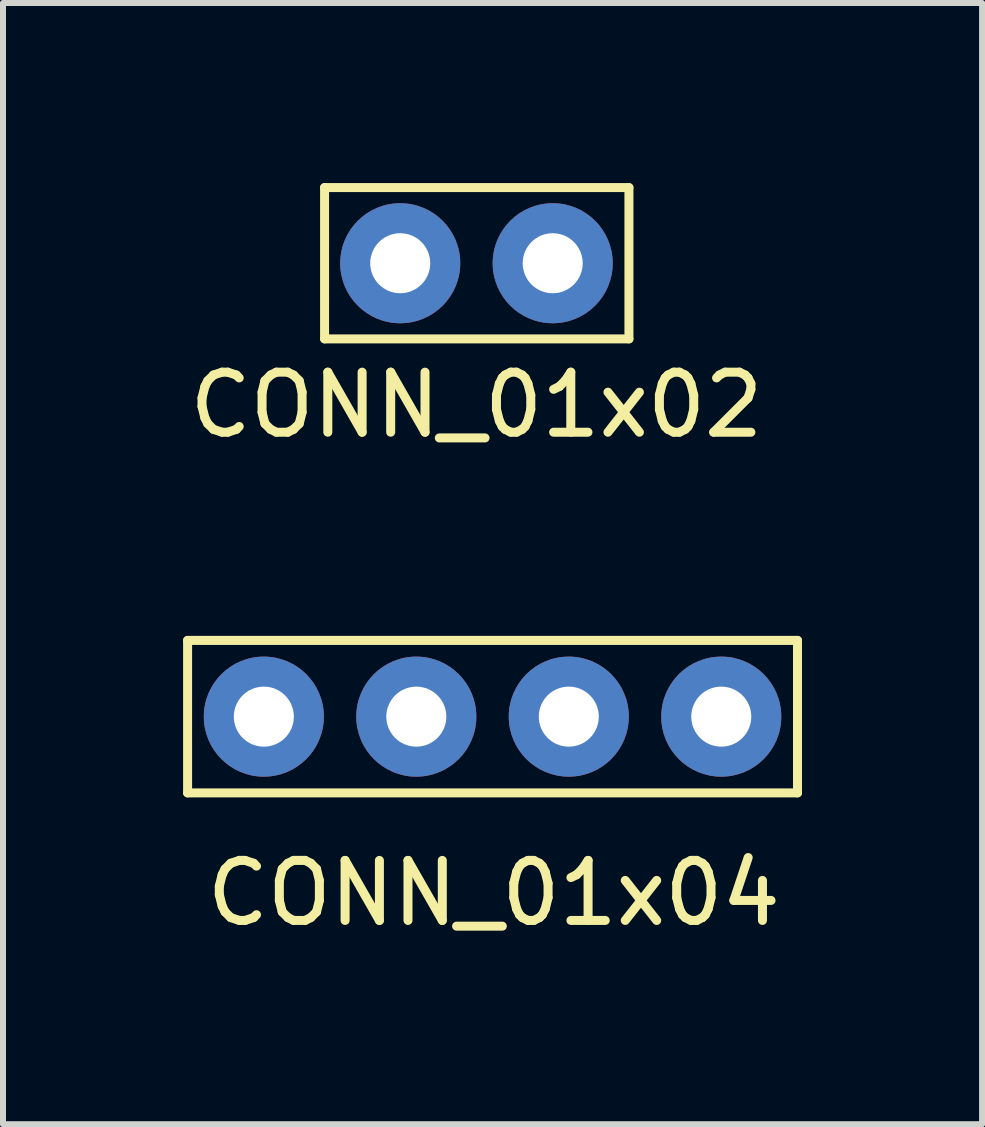
<source format=kicad_pcb>
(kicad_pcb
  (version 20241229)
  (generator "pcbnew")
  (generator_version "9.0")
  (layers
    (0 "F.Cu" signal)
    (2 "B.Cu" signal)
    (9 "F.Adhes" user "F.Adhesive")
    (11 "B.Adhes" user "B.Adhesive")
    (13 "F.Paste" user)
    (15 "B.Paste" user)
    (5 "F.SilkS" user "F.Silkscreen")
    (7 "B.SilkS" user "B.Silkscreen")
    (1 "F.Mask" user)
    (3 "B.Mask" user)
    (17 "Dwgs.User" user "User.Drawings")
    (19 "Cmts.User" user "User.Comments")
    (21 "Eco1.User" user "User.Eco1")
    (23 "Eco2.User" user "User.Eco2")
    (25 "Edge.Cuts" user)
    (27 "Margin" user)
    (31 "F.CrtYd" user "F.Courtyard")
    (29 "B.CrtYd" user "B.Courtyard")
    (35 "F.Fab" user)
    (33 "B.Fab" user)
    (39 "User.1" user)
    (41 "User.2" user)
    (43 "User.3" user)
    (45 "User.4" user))
  (footprint "CONN_01x04"
    (layer "F.Cu")
    (at 5.155 8.888)
    (property "Reference" "CONN_01x04" (at 0.02 2.94 0) (layer "F.SilkS") (effects (font (size 1 1) (thickness 0.15))))
    (attr through_hole)
    (fp_line (start -5.08 -1.27) (end 5.08 -1.27) (stroke (width 0.15) (type solid)) (layer "F.SilkS"))
    (fp_line (start -5.08 1.27) (end -5.08 -1.27) (stroke (width 0.15) (type solid)) (layer "F.SilkS"))
    (fp_line (start 5.08 -1.27) (end 5.08 1.27) (stroke (width 0.15) (type solid)) (layer "F.SilkS"))
    (fp_line (start 5.08 1.27) (end -5.08 1.27) (stroke (width 0.15) (type solid)) (layer "F.SilkS"))
    (pad "1" thru_hole circle (at -3.81 0) (size 2 2) (drill 1) (layers "*.Cu" "*.Mask"))
    (pad "2" thru_hole circle (at -1.27 0) (size 2 2) (drill 1) (layers "*.Cu" "*.Mask"))
    (pad "3" thru_hole circle (at 1.27 0) (size 2 2) (drill 1) (layers "*.Cu" "*.Mask"))
    (pad "4" thru_hole circle (at 3.81 0) (size 2 2) (drill 1) (layers "*.Cu" "*.Mask")))
  (footprint "CONN_01x02"
    (layer "F.Cu")
    (at 4.887 1.335)
    (property "Reference" "CONN_01x02" (at 0 2.36 0) (layer "F.SilkS") (effects (font (size 1 1) (thickness 0.15))))
    (attr through_hole)
    (fp_line (start -2.53 -1.26) (end 2.54 -1.26) (stroke (width 0.15) (type solid)) (layer "F.SilkS"))
    (fp_line (start -2.53 1.26) (end -2.53 -1.26) (stroke (width 0.15) (type solid)) (layer "F.SilkS"))
    (fp_line (start 2.54 -1.26) (end 2.54 1.26) (stroke (width 0.15) (type solid)) (layer "F.SilkS"))
    (fp_line (start 2.54 1.26) (end -2.53 1.26) (stroke (width 0.15) (type solid)) (layer "F.SilkS"))
    (pad "1" thru_hole circle (at -1.27 0) (size 2 2) (drill 1) (layers "*.Cu" "*.Mask"))
    (pad "2" thru_hole circle (at 1.27 0) (size 2 2) (drill 1) (layers "*.Cu" "*.Mask")))
  (gr_rect
    (start -3 -3)
    (end 13.31 15.677)
    (stroke (width 0.1) (type default))
    (fill no)
    (layer "Edge.Cuts")))
</source>
